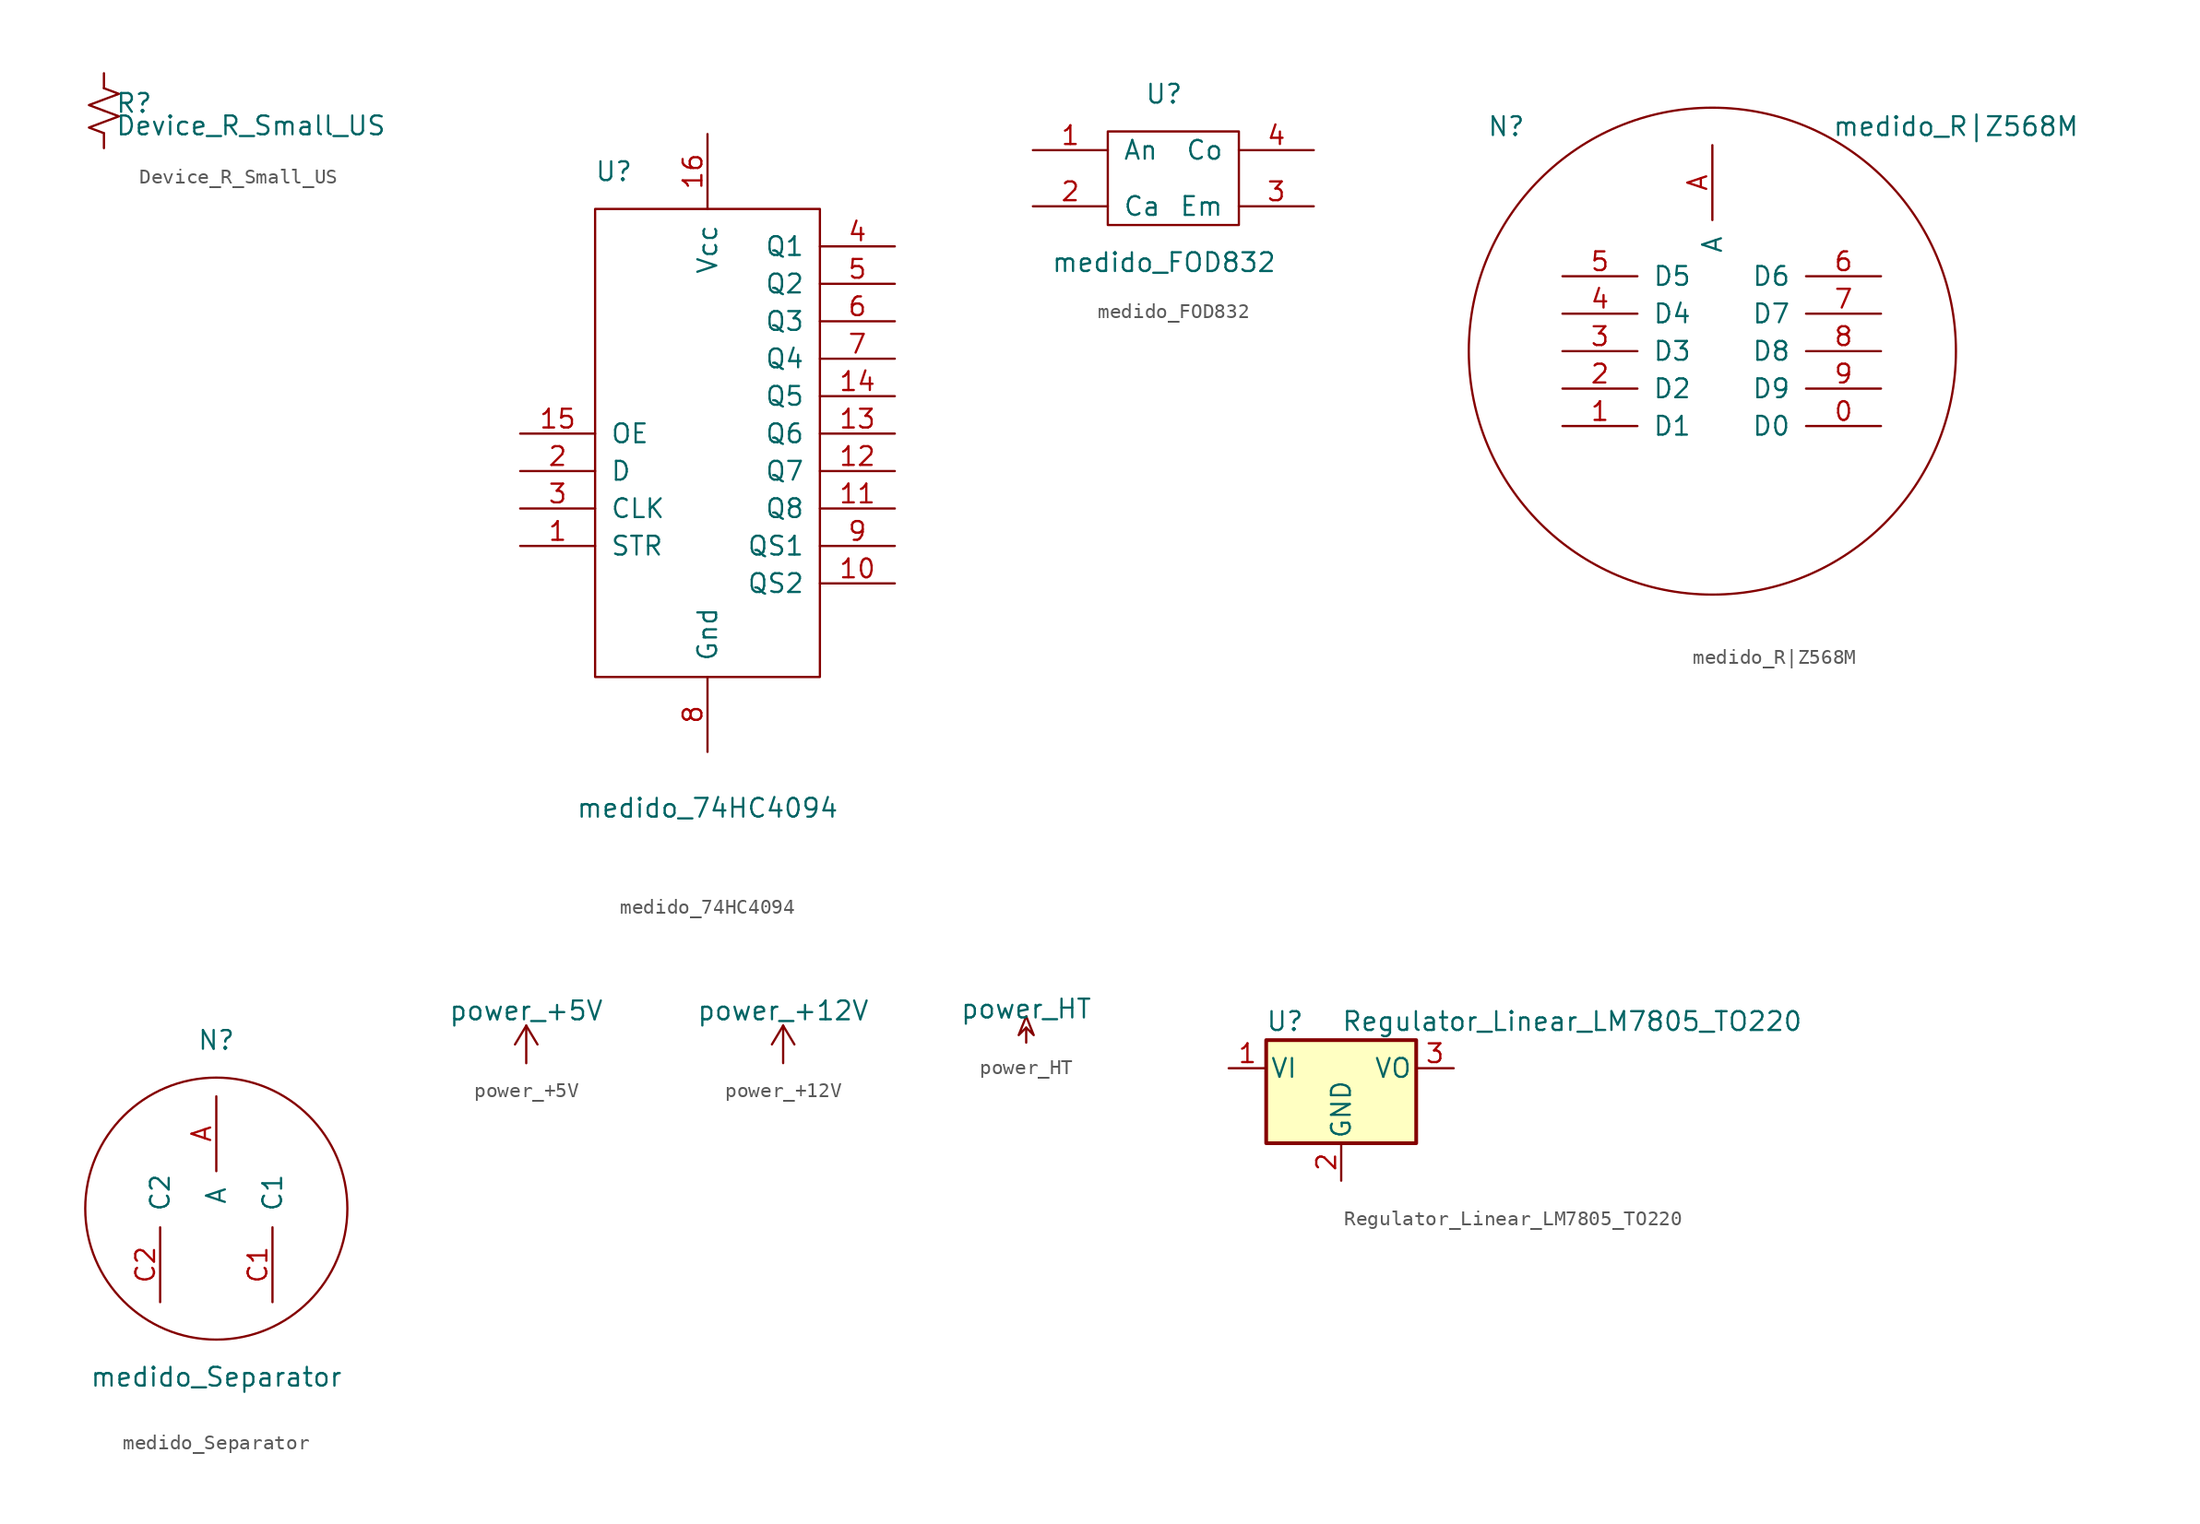
<source format=kicad_sym>
(kicad_symbol_lib
  (version 20220914)
  (generator kicad_symbol_editor)
  (symbol "Device_R_Small_US"
    (pin_numbers hide)
    (pin_names
      (offset 0.254) hide)
    (property "Reference" "R"
      (at 0.762 0.508 0)
      (effects (font (size 1.27 1.27)) (justify left)))
    (property "Value" "Device_R_Small_US"
      (at 0.762 -1.016 0)
      (effects (font (size 1.27 1.27)) (justify left)))
    (symbol "Device_R_Small_US_1_1"
      (polyline (pts (xy 0 0) (xy 1.016 -0.381) (xy 0 -0.762) (xy -1.016 -1.143) (xy 0 -1.524)) (stroke (width 0) (type solid)) (fill (type none)))
      (polyline (pts (xy 0 1.524) (xy 1.016 1.143) (xy 0 0.762) (xy -1.016 0.381) (xy 0 0)) (stroke (width 0) (type solid)) (fill (type none)))
      (pin passive line (at 0 2.54 270) (length 1.016) (name "~" (effects (font (size 1.27 1.27)))) (number "1" (effects (font (size 1.27 1.27)))))
      (pin passive line (at 0 -2.54 90) (length 1.016) (name "~" (effects (font (size 1.27 1.27)))) (number "2" (effects (font (size 1.27 1.27)))))))
  (symbol "medido_74HC4094"
    (pin_names
      (offset 1.016))
    (property "Reference" "U"
      (at -6.35 16.51 0)
      (effects (font (size 1.27 1.27))))
    (property "Value" "medido_74HC4094"
      (at 0 -26.67 0)
      (effects (font (size 1.27 1.27))))
    (symbol "medido_74HC4094_0_1"
      (rectangle (start -7.62 13.97) (end 7.62 -17.78) (stroke (width 0) (type solid)) (fill (type none))))
    (symbol "medido_74HC4094_1_1"
      (pin input line (at -12.7 -8.89 0) (length 5.08) (name "STR" (effects (font (size 1.27 1.27)))) (number "1" (effects (font (size 1.27 1.27)))))
      (pin output line (at 12.7 -11.43 180) (length 5.08) (name "QS2" (effects (font (size 1.27 1.27)))) (number "10" (effects (font (size 1.27 1.27)))))
      (pin output line (at 12.7 -6.35 180) (length 5.08) (name "Q8" (effects (font (size 1.27 1.27)))) (number "11" (effects (font (size 1.27 1.27)))))
      (pin output line (at 12.7 -3.81 180) (length 5.08) (name "Q7" (effects (font (size 1.27 1.27)))) (number "12" (effects (font (size 1.27 1.27)))))
      (pin output line (at 12.7 -1.27 180) (length 5.08) (name "Q6" (effects (font (size 1.27 1.27)))) (number "13" (effects (font (size 1.27 1.27)))))
      (pin output line (at 12.7 1.27 180) (length 5.08) (name "Q5" (effects (font (size 1.27 1.27)))) (number "14" (effects (font (size 1.27 1.27)))))
      (pin input line (at -12.7 -1.27 0) (length 5.08) (name "OE" (effects (font (size 1.27 1.27)))) (number "15" (effects (font (size 1.27 1.27)))))
      (pin power_in line (at 0 19.05 270) (length 5.08) (name "Vcc" (effects (font (size 1.27 1.27)))) (number "16" (effects (font (size 1.27 1.27)))))
      (pin input line (at -12.7 -3.81 0) (length 5.08) (name "D" (effects (font (size 1.27 1.27)))) (number "2" (effects (font (size 1.27 1.27)))))
      (pin input line (at -12.7 -6.35 0) (length 5.08) (name "CLK" (effects (font (size 1.27 1.27)))) (number "3" (effects (font (size 1.27 1.27)))))
      (pin output line (at 12.7 11.43 180) (length 5.08) (name "Q1" (effects (font (size 1.27 1.27)))) (number "4" (effects (font (size 1.27 1.27)))))
      (pin output line (at 12.7 8.89 180) (length 5.08) (name "Q2" (effects (font (size 1.27 1.27)))) (number "5" (effects (font (size 1.27 1.27)))))
      (pin output line (at 12.7 6.35 180) (length 5.08) (name "Q3" (effects (font (size 1.27 1.27)))) (number "6" (effects (font (size 1.27 1.27)))))
      (pin output line (at 12.7 3.81 180) (length 5.08) (name "Q4" (effects (font (size 1.27 1.27)))) (number "7" (effects (font (size 1.27 1.27)))))
      (pin power_in line (at 0 -22.86 90) (length 5.08) (name "Gnd" (effects (font (size 1.27 1.27)))) (number "8" (effects (font (size 1.27 1.27)))))
      (pin output line (at 12.7 -8.89 180) (length 5.08) (name "QS1" (effects (font (size 1.27 1.27)))) (number "9" (effects (font (size 1.27 1.27)))))))
  (symbol "medido_FOD832"
    (pin_names
      (offset 1.016))
    (property "Reference" "U"
      (at 0 6.35 0)
      (effects (font (size 1.27 1.27))))
    (property "Value" "medido_FOD832"
      (at 0 -5.08 0)
      (effects (font (size 1.27 1.27))))
    (symbol "medido_FOD832_0_1"
      (rectangle (start -3.81 3.81) (end 5.08 -2.54) (stroke (width 0) (type solid)) (fill (type none))))
    (symbol "medido_FOD832_1_1"
      (pin input line (at -8.89 2.54 0) (length 5.08) (name "An" (effects (font (size 1.27 1.27)))) (number "1" (effects (font (size 1.27 1.27)))))
      (pin input line (at -8.89 -1.27 0) (length 5.08) (name "Ca" (effects (font (size 1.27 1.27)))) (number "2" (effects (font (size 1.27 1.27)))))
      (pin input line (at 10.16 -1.27 180) (length 5.08) (name "Em" (effects (font (size 1.27 1.27)))) (number "3" (effects (font (size 1.27 1.27)))))
      (pin input line (at 10.16 2.54 180) (length 5.08) (name "Co" (effects (font (size 1.27 1.27)))) (number "4" (effects (font (size 1.27 1.27)))))))
  (symbol "medido_R|Z568M"
    (pin_names
      (offset 1.016))
    (property "Reference" "N"
      (at -13.97 15.24 0)
      (effects (font (size 1.27 1.27))))
    (property "Value" "medido_R|Z568M"
      (at 16.51 15.24 0)
      (effects (font (size 1.27 1.27))))
    (symbol "medido_R|Z568M_0_1"
      (circle (center 0 0) (radius 16.51) (stroke (width 0) (type solid)) (fill (type none))))
    (symbol "medido_R|Z568M_1_1"
      (pin input line (at 11.43 -5.08 180) (length 5.08) (name "D0" (effects (font (size 1.27 1.27)))) (number "0" (effects (font (size 1.27 1.27)))))
      (pin input line (at -10.16 -5.08 0) (length 5.08) (name "D1" (effects (font (size 1.27 1.27)))) (number "1" (effects (font (size 1.27 1.27)))))
      (pin input line (at -10.16 -2.54 0) (length 5.08) (name "D2" (effects (font (size 1.27 1.27)))) (number "2" (effects (font (size 1.27 1.27)))))
      (pin input line (at -10.16 0 0) (length 5.08) (name "D3" (effects (font (size 1.27 1.27)))) (number "3" (effects (font (size 1.27 1.27)))))
      (pin input line (at -10.16 2.54 0) (length 5.08) (name "D4" (effects (font (size 1.27 1.27)))) (number "4" (effects (font (size 1.27 1.27)))))
      (pin input line (at -10.16 5.08 0) (length 5.08) (name "D5" (effects (font (size 1.27 1.27)))) (number "5" (effects (font (size 1.27 1.27)))))
      (pin input line (at 11.43 5.08 180) (length 5.08) (name "D6" (effects (font (size 1.27 1.27)))) (number "6" (effects (font (size 1.27 1.27)))))
      (pin input line (at 11.43 2.54 180) (length 5.08) (name "D7" (effects (font (size 1.27 1.27)))) (number "7" (effects (font (size 1.27 1.27)))))
      (pin input line (at 11.43 0 180) (length 5.08) (name "D8" (effects (font (size 1.27 1.27)))) (number "8" (effects (font (size 1.27 1.27)))))
      (pin input line (at 11.43 -2.54 180) (length 5.08) (name "D9" (effects (font (size 1.27 1.27)))) (number "9" (effects (font (size 1.27 1.27)))))
      (pin input line (at 0 13.97 270) (length 5.08) (name "A" (effects (font (size 1.27 1.27)))) (number "A" (effects (font (size 1.27 1.27)))))))
  (symbol "medido_Separator"
    (pin_names
      (offset 1.016))
    (property "Reference" "N"
      (at 0 11.43 0)
      (effects (font (size 1.27 1.27))))
    (property "Value" "medido_Separator"
      (at 0 -11.43 0)
      (effects (font (size 1.27 1.27))))
    (symbol "medido_Separator_0_1"
      (circle (center 0 0) (radius 8.89) (stroke (width 0) (type solid)) (fill (type none))))
    (symbol "medido_Separator_1_1"
      (pin input line (at 0 7.62 270) (length 5.08) (name "A" (effects (font (size 1.27 1.27)))) (number "A" (effects (font (size 1.27 1.27)))))
      (pin input line (at 3.81 -6.35 90) (length 5.08) (name "C1" (effects (font (size 1.27 1.27)))) (number "C1" (effects (font (size 1.27 1.27)))))
      (pin input line (at -3.81 -6.35 90) (length 5.08) (name "C2" (effects (font (size 1.27 1.27)))) (number "C2" (effects (font (size 1.27 1.27)))))))
  (symbol "power_+5V"
    (power)
    (pin_names
      (offset 0))
    (property "Reference" "#PWR"
      (at 0 -3.81 0)
      (effects (font (size 1.27 1.27)) hide))
    (property "Value" "power_+5V"
      (at 0 3.556 0)
      (effects (font (size 1.27 1.27))))
    (symbol "power_+5V_0_1"
      (polyline (pts (xy -0.762 1.27) (xy 0 2.54)) (stroke (width 0) (type solid)) (fill (type none)))
      (polyline (pts (xy 0 0) (xy 0 2.54)) (stroke (width 0) (type solid)) (fill (type none)))
      (polyline (pts (xy 0 2.54) (xy 0.762 1.27)) (stroke (width 0) (type solid)) (fill (type none))))
    (symbol "power_+5V_1_1"
      (pin power_in line (at 0 0 90) (length 0) hide (name "+5V" (effects (font (size 1.27 1.27)))) (number "1" (effects (font (size 1.27 1.27)))))))
  (symbol "power_+12V"
    (power)
    (pin_names
      (offset 0))
    (property "Reference" "#PWR"
      (at 0 -3.81 0)
      (effects (font (size 1.27 1.27)) hide))
    (property "Value" "power_+12V"
      (at 0 3.556 0)
      (effects (font (size 1.27 1.27))))
    (symbol "power_+12V_0_1"
      (polyline (pts (xy -0.762 1.27) (xy 0 2.54)) (stroke (width 0) (type solid)) (fill (type none)))
      (polyline (pts (xy 0 0) (xy 0 2.54)) (stroke (width 0) (type solid)) (fill (type none)))
      (polyline (pts (xy 0 2.54) (xy 0.762 1.27)) (stroke (width 0) (type solid)) (fill (type none))))
    (symbol "power_+12V_1_1"
      (pin power_in line (at 0 0 90) (length 0) hide (name "+12V" (effects (font (size 1.27 1.27)))) (number "1" (effects (font (size 1.27 1.27)))))))
  (symbol "power_HT"
    (power)
    (pin_names
      (offset 0))
    (property "Reference" "#PWR"
      (at 0 3.048 0)
      (effects (font (size 1.27 1.27)) hide))
    (property "Value" "power_HT"
      (at 0 2.286 0)
      (effects (font (size 1.27 1.27))))
    (symbol "power_HT_0_0"
      (pin power_in line (at 0 0 90) (length 0) hide (name "HT" (effects (font (size 1.27 1.27)))) (number "1" (effects (font (size 1.27 1.27))))))
    (symbol "power_HT_0_1"
      (polyline (pts (xy 0 0) (xy 0 1.016) (xy 0 1.016)) (stroke (width 0) (type solid)) (fill (type none)))
      (polyline (pts (xy 0 1.016) (xy 0.508 0.508) (xy 0 1.778) (xy -0.508 0.508) (xy 0 1.016) (xy 0 1.016)) (stroke (width 0) (type solid)) (fill (type none)))))
  (symbol "Regulator_Linear_LM7805_TO220"
    (pin_names
      (offset 0.254))
    (property "Reference" "U"
      (at -3.81 3.175 0)
      (effects (font (size 1.27 1.27))))
    (property "Value" "Regulator_Linear_LM7805_TO220"
      (at 0 3.175 0)
      (effects (font (size 1.27 1.27)) (justify left)))
    (symbol "Regulator_Linear_LM7805_TO220_0_1"
      (rectangle (start -5.08 1.905) (end 5.08 -5.08) (stroke (width 0.254) (type solid)) (fill (type background))))
    (symbol "Regulator_Linear_LM7805_TO220_1_1"
      (pin power_in line (at -7.62 0 0) (length 2.54) (name "VI" (effects (font (size 1.27 1.27)))) (number "1" (effects (font (size 1.27 1.27)))))
      (pin power_in line (at 0 -7.62 90) (length 2.54) (name "GND" (effects (font (size 1.27 1.27)))) (number "2" (effects (font (size 1.27 1.27)))))
      (pin power_out line (at 7.62 0 180) (length 2.54) (name "VO" (effects (font (size 1.27 1.27)))) (number "3" (effects (font (size 1.27 1.27))))))))
</source>
